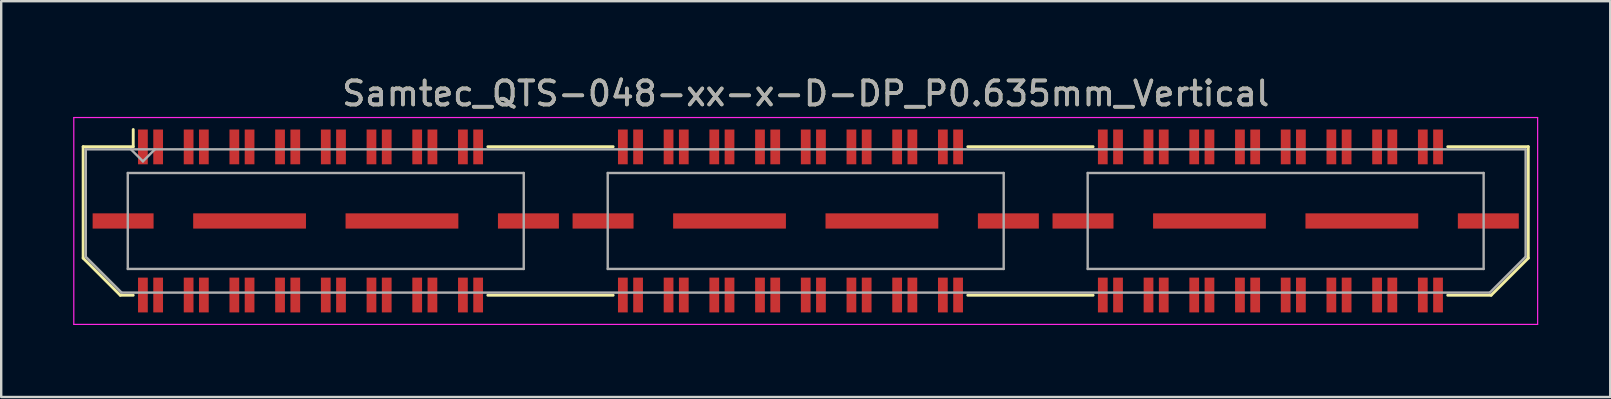
<source format=kicad_pcb>
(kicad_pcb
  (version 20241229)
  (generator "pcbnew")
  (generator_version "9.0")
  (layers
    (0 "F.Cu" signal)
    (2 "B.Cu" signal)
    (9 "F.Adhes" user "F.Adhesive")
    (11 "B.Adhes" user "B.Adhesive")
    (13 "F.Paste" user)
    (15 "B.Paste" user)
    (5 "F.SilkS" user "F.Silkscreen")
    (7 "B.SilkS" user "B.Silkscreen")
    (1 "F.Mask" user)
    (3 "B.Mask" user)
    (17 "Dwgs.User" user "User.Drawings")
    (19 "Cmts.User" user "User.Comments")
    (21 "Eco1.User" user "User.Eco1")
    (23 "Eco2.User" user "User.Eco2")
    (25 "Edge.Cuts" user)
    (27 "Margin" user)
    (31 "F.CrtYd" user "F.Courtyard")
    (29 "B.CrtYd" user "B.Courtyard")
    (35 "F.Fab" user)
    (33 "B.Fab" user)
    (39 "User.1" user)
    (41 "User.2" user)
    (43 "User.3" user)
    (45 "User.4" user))
  (footprint "Samtec_QTS-048-xx-x-D-DP_P0.635mm_Vertical"
    (layer "F.Cu")
    (at 30.525 6.158)
    (property "Reference" "Samtec_QTS-048-xx-x-D-DP_P0.635mm_Vertical" (at 0 -5.31 0) (layer "F.SilkS") (effects (font (size 1 1) (thickness 0.15))))
    (attr smd)
    (fp_line (start -30.11 -3.095) (end -30.11 1.548) (stroke (width 0.12) (type solid)) (layer "F.SilkS"))
    (fp_line (start -30.11 1.548) (end -28.562 3.095) (stroke (width 0.12) (type solid)) (layer "F.SilkS"))
    (fp_line (start -28.562 3.095) (end -28.023 3.095) (stroke (width 0.12) (type solid)) (layer "F.SilkS"))
    (fp_line (start -28.023 -3.811) (end -28.023 -3.095) (stroke (width 0.12) (type solid)) (layer "F.SilkS"))
    (fp_line (start -28.023 -3.095) (end -30.11 -3.095) (stroke (width 0.12) (type solid)) (layer "F.SilkS"))
    (fp_line (start -13.247 -3.095) (end -8.023 -3.095) (stroke (width 0.12) (type solid)) (layer "F.SilkS"))
    (fp_line (start -13.247 3.095) (end -8.023 3.095) (stroke (width 0.12) (type solid)) (layer "F.SilkS"))
    (fp_line (start 6.753 -3.095) (end 11.977 -3.095) (stroke (width 0.12) (type solid)) (layer "F.SilkS"))
    (fp_line (start 6.753 3.095) (end 11.977 3.095) (stroke (width 0.12) (type solid)) (layer "F.SilkS"))
    (fp_line (start 26.753 -3.095) (end 30.11 -3.095) (stroke (width 0.12) (type solid)) (layer "F.SilkS"))
    (fp_line (start 28.562 3.095) (end 26.753 3.095) (stroke (width 0.12) (type solid)) (layer "F.SilkS"))
    (fp_line (start 30.11 -3.095) (end 30.11 1.548) (stroke (width 0.12) (type solid)) (layer "F.SilkS"))
    (fp_line (start 30.11 1.548) (end 28.562 3.095) (stroke (width 0.12) (type solid)) (layer "F.SilkS"))
    (fp_line (start -30.5 -4.31) (end -30.5 4.31) (stroke (width 0.05) (type solid)) (layer "F.CrtYd"))
    (fp_line (start -30.5 4.31) (end 30.5 4.31) (stroke (width 0.05) (type solid)) (layer "F.CrtYd"))
    (fp_line (start 30.5 -4.31) (end -30.5 -4.31) (stroke (width 0.05) (type solid)) (layer "F.CrtYd"))
    (fp_line (start 30.5 4.31) (end 30.5 -4.31) (stroke (width 0.05) (type solid)) (layer "F.CrtYd"))
    (fp_line (start -30 -2.985) (end -30 1.492) (stroke (width 0.1) (type solid)) (layer "F.Fab"))
    (fp_line (start -30 -2.985) (end 30 -2.985) (stroke (width 0.1) (type solid)) (layer "F.Fab"))
    (fp_line (start -30 1.492) (end -28.508 2.985) (stroke (width 0.1) (type solid)) (layer "F.Fab"))
    (fp_line (start -28.508 2.985) (end 28.508 2.985) (stroke (width 0.1) (type solid)) (layer "F.Fab"))
    (fp_line (start -28.25 -2) (end -28.25 2) (stroke (width 0.1) (type solid)) (layer "F.Fab"))
    (fp_line (start -28.25 2) (end -11.75 2) (stroke (width 0.1) (type solid)) (layer "F.Fab"))
    (fp_line (start -27.62 -2.485) (end -28.12 -2.985) (stroke (width 0.1) (type solid)) (layer "F.Fab"))
    (fp_line (start -27.12 -2.985) (end -27.62 -2.485) (stroke (width 0.1) (type solid)) (layer "F.Fab"))
    (fp_line (start -11.75 -2) (end -28.25 -2) (stroke (width 0.1) (type solid)) (layer "F.Fab"))
    (fp_line (start -11.75 2) (end -11.75 -2) (stroke (width 0.1) (type solid)) (layer "F.Fab"))
    (fp_line (start -8.25 -2) (end -8.25 2) (stroke (width 0.1) (type solid)) (layer "F.Fab"))
    (fp_line (start -8.25 2) (end 8.25 2) (stroke (width 0.1) (type solid)) (layer "F.Fab"))
    (fp_line (start 8.25 -2) (end -8.25 -2) (stroke (width 0.1) (type solid)) (layer "F.Fab"))
    (fp_line (start 8.25 2) (end 8.25 -2) (stroke (width 0.1) (type solid)) (layer "F.Fab"))
    (fp_line (start 11.75 -2) (end 11.75 2) (stroke (width 0.1) (type solid)) (layer "F.Fab"))
    (fp_line (start 11.75 2) (end 28.25 2) (stroke (width 0.1) (type solid)) (layer "F.Fab"))
    (fp_line (start 28.25 -2) (end 11.75 -2) (stroke (width 0.1) (type solid)) (layer "F.Fab"))
    (fp_line (start 28.25 2) (end 28.25 -2) (stroke (width 0.1) (type solid)) (layer "F.Fab"))
    (fp_line (start 30 -2.985) (end 30 1.492) (stroke (width 0.1) (type solid)) (layer "F.Fab"))
    (fp_line (start 30 1.492) (end 28.508 2.985) (stroke (width 0.1) (type solid)) (layer "F.Fab"))
    (fp_text user "${REFERENCE}" (at 0 -5.31 0) (layer "F.Fab") (effects (font (size 1 1) (thickness 0.15))))
    (pad "1" smd rect (at -27.62 -3.086) (size 0.406 1.45) (layers "F.Cu" "F.Mask" "F.Paste"))
    (pad "2" smd rect (at -27.62 3.086) (size 0.406 1.45) (layers "F.Cu" "F.Mask" "F.Paste"))
    (pad "3" smd rect (at -26.985 -3.086) (size 0.406 1.45) (layers "F.Cu" "F.Mask" "F.Paste"))
    (pad "4" smd rect (at -26.985 3.086) (size 0.406 1.45) (layers "F.Cu" "F.Mask" "F.Paste"))
    (pad "5" smd rect (at -25.715 -3.086) (size 0.406 1.45) (layers "F.Cu" "F.Mask" "F.Paste"))
    (pad "6" smd rect (at -25.715 3.086) (size 0.406 1.45) (layers "F.Cu" "F.Mask" "F.Paste"))
    (pad "7" smd rect (at -25.08 -3.086) (size 0.406 1.45) (layers "F.Cu" "F.Mask" "F.Paste"))
    (pad "8" smd rect (at -25.08 3.086) (size 0.406 1.45) (layers "F.Cu" "F.Mask" "F.Paste"))
    (pad "9" smd rect (at -23.81 -3.086) (size 0.406 1.45) (layers "F.Cu" "F.Mask" "F.Paste"))
    (pad "10" smd rect (at -23.81 3.086) (size 0.406 1.45) (layers "F.Cu" "F.Mask" "F.Paste"))
    (pad "11" smd rect (at -23.175 -3.086) (size 0.406 1.45) (layers "F.Cu" "F.Mask" "F.Paste"))
    (pad "12" smd rect (at -23.175 3.086) (size 0.406 1.45) (layers "F.Cu" "F.Mask" "F.Paste"))
    (pad "13" smd rect (at -21.905 -3.086) (size 0.406 1.45) (layers "F.Cu" "F.Mask" "F.Paste"))
    (pad "14" smd rect (at -21.905 3.086) (size 0.406 1.45) (layers "F.Cu" "F.Mask" "F.Paste"))
    (pad "15" smd rect (at -21.27 -3.086) (size 0.406 1.45) (layers "F.Cu" "F.Mask" "F.Paste"))
    (pad "16" smd rect (at -21.27 3.086) (size 0.406 1.45) (layers "F.Cu" "F.Mask" "F.Paste"))
    (pad "17" smd rect (at -20 -3.086) (size 0.406 1.45) (layers "F.Cu" "F.Mask" "F.Paste"))
    (pad "18" smd rect (at -20 3.086) (size 0.406 1.45) (layers "F.Cu" "F.Mask" "F.Paste"))
    (pad "19" smd rect (at -19.365 -3.086) (size 0.406 1.45) (layers "F.Cu" "F.Mask" "F.Paste"))
    (pad "20" smd rect (at -19.365 3.086) (size 0.406 1.45) (layers "F.Cu" "F.Mask" "F.Paste"))
    (pad "21" smd rect (at -18.095 -3.086) (size 0.406 1.45) (layers "F.Cu" "F.Mask" "F.Paste"))
    (pad "22" smd rect (at -18.095 3.086) (size 0.406 1.45) (layers "F.Cu" "F.Mask" "F.Paste"))
    (pad "23" smd rect (at -17.46 -3.086) (size 0.406 1.45) (layers "F.Cu" "F.Mask" "F.Paste"))
    (pad "24" smd rect (at -17.46 3.086) (size 0.406 1.45) (layers "F.Cu" "F.Mask" "F.Paste"))
    (pad "25" smd rect (at -16.19 -3.086) (size 0.406 1.45) (layers "F.Cu" "F.Mask" "F.Paste"))
    (pad "26" smd rect (at -16.19 3.086) (size 0.406 1.45) (layers "F.Cu" "F.Mask" "F.Paste"))
    (pad "27" smd rect (at -15.555 -3.086) (size 0.406 1.45) (layers "F.Cu" "F.Mask" "F.Paste"))
    (pad "28" smd rect (at -15.555 3.086) (size 0.406 1.45) (layers "F.Cu" "F.Mask" "F.Paste"))
    (pad "29" smd rect (at -14.285 -3.086) (size 0.406 1.45) (layers "F.Cu" "F.Mask" "F.Paste"))
    (pad "30" smd rect (at -14.285 3.086) (size 0.406 1.45) (layers "F.Cu" "F.Mask" "F.Paste"))
    (pad "31" smd rect (at -13.65 -3.086) (size 0.406 1.45) (layers "F.Cu" "F.Mask" "F.Paste"))
    (pad "32" smd rect (at -13.65 3.086) (size 0.406 1.45) (layers "F.Cu" "F.Mask" "F.Paste"))
    (pad "33" smd rect (at -7.62 -3.086) (size 0.406 1.45) (layers "F.Cu" "F.Mask" "F.Paste"))
    (pad "34" smd rect (at -7.62 3.086) (size 0.406 1.45) (layers "F.Cu" "F.Mask" "F.Paste"))
    (pad "35" smd rect (at -6.985 -3.086) (size 0.406 1.45) (layers "F.Cu" "F.Mask" "F.Paste"))
    (pad "36" smd rect (at -6.985 3.086) (size 0.406 1.45) (layers "F.Cu" "F.Mask" "F.Paste"))
    (pad "37" smd rect (at -5.715 -3.086) (size 0.406 1.45) (layers "F.Cu" "F.Mask" "F.Paste"))
    (pad "38" smd rect (at -5.715 3.086) (size 0.406 1.45) (layers "F.Cu" "F.Mask" "F.Paste"))
    (pad "39" smd rect (at -5.08 -3.086) (size 0.406 1.45) (layers "F.Cu" "F.Mask" "F.Paste"))
    (pad "40" smd rect (at -5.08 3.086) (size 0.406 1.45) (layers "F.Cu" "F.Mask" "F.Paste"))
    (pad "41" smd rect (at -3.81 -3.086) (size 0.406 1.45) (layers "F.Cu" "F.Mask" "F.Paste"))
    (pad "42" smd rect (at -3.81 3.086) (size 0.406 1.45) (layers "F.Cu" "F.Mask" "F.Paste"))
    (pad "43" smd rect (at -3.175 -3.086) (size 0.406 1.45) (layers "F.Cu" "F.Mask" "F.Paste"))
    (pad "44" smd rect (at -3.175 3.086) (size 0.406 1.45) (layers "F.Cu" "F.Mask" "F.Paste"))
    (pad "45" smd rect (at -1.905 -3.086) (size 0.406 1.45) (layers "F.Cu" "F.Mask" "F.Paste"))
    (pad "46" smd rect (at -1.905 3.086) (size 0.406 1.45) (layers "F.Cu" "F.Mask" "F.Paste"))
    (pad "47" smd rect (at -1.27 -3.086) (size 0.406 1.45) (layers "F.Cu" "F.Mask" "F.Paste"))
    (pad "48" smd rect (at -1.27 3.086) (size 0.406 1.45) (layers "F.Cu" "F.Mask" "F.Paste"))
    (pad "49" smd rect (at 0 -3.086) (size 0.406 1.45) (layers "F.Cu" "F.Mask" "F.Paste"))
    (pad "50" smd rect (at 0 3.086) (size 0.406 1.45) (layers "F.Cu" "F.Mask" "F.Paste"))
    (pad "51" smd rect (at 0.635 -3.086) (size 0.406 1.45) (layers "F.Cu" "F.Mask" "F.Paste"))
    (pad "52" smd rect (at 0.635 3.086) (size 0.406 1.45) (layers "F.Cu" "F.Mask" "F.Paste"))
    (pad "53" smd rect (at 1.905 -3.086) (size 0.406 1.45) (layers "F.Cu" "F.Mask" "F.Paste"))
    (pad "54" smd rect (at 1.905 3.086) (size 0.406 1.45) (layers "F.Cu" "F.Mask" "F.Paste"))
    (pad "55" smd rect (at 2.54 -3.086) (size 0.406 1.45) (layers "F.Cu" "F.Mask" "F.Paste"))
    (pad "56" smd rect (at 2.54 3.086) (size 0.406 1.45) (layers "F.Cu" "F.Mask" "F.Paste"))
    (pad "57" smd rect (at 3.81 -3.086) (size 0.406 1.45) (layers "F.Cu" "F.Mask" "F.Paste"))
    (pad "58" smd rect (at 3.81 3.086) (size 0.406 1.45) (layers "F.Cu" "F.Mask" "F.Paste"))
    (pad "59" smd rect (at 4.445 -3.086) (size 0.406 1.45) (layers "F.Cu" "F.Mask" "F.Paste"))
    (pad "60" smd rect (at 4.445 3.086) (size 0.406 1.45) (layers "F.Cu" "F.Mask" "F.Paste"))
    (pad "61" smd rect (at 5.715 -3.086) (size 0.406 1.45) (layers "F.Cu" "F.Mask" "F.Paste"))
    (pad "62" smd rect (at 5.715 3.086) (size 0.406 1.45) (layers "F.Cu" "F.Mask" "F.Paste"))
    (pad "63" smd rect (at 6.35 -3.086) (size 0.406 1.45) (layers "F.Cu" "F.Mask" "F.Paste"))
    (pad "64" smd rect (at 6.35 3.086) (size 0.406 1.45) (layers "F.Cu" "F.Mask" "F.Paste"))
    (pad "65" smd rect (at 12.38 -3.086) (size 0.406 1.45) (layers "F.Cu" "F.Mask" "F.Paste"))
    (pad "66" smd rect (at 12.38 3.086) (size 0.406 1.45) (layers "F.Cu" "F.Mask" "F.Paste"))
    (pad "67" smd rect (at 13.015 -3.086) (size 0.406 1.45) (layers "F.Cu" "F.Mask" "F.Paste"))
    (pad "68" smd rect (at 13.015 3.086) (size 0.406 1.45) (layers "F.Cu" "F.Mask" "F.Paste"))
    (pad "69" smd rect (at 14.285 -3.086) (size 0.406 1.45) (layers "F.Cu" "F.Mask" "F.Paste"))
    (pad "70" smd rect (at 14.285 3.086) (size 0.406 1.45) (layers "F.Cu" "F.Mask" "F.Paste"))
    (pad "71" smd rect (at 14.92 -3.086) (size 0.406 1.45) (layers "F.Cu" "F.Mask" "F.Paste"))
    (pad "72" smd rect (at 14.92 3.086) (size 0.406 1.45) (layers "F.Cu" "F.Mask" "F.Paste"))
    (pad "73" smd rect (at 16.19 -3.086) (size 0.406 1.45) (layers "F.Cu" "F.Mask" "F.Paste"))
    (pad "74" smd rect (at 16.19 3.086) (size 0.406 1.45) (layers "F.Cu" "F.Mask" "F.Paste"))
    (pad "75" smd rect (at 16.825 -3.086) (size 0.406 1.45) (layers "F.Cu" "F.Mask" "F.Paste"))
    (pad "76" smd rect (at 16.825 3.086) (size 0.406 1.45) (layers "F.Cu" "F.Mask" "F.Paste"))
    (pad "77" smd rect (at 18.095 -3.086) (size 0.406 1.45) (layers "F.Cu" "F.Mask" "F.Paste"))
    (pad "78" smd rect (at 18.095 3.086) (size 0.406 1.45) (layers "F.Cu" "F.Mask" "F.Paste"))
    (pad "79" smd rect (at 18.73 -3.086) (size 0.406 1.45) (layers "F.Cu" "F.Mask" "F.Paste"))
    (pad "80" smd rect (at 18.73 3.086) (size 0.406 1.45) (layers "F.Cu" "F.Mask" "F.Paste"))
    (pad "81" smd rect (at 20 -3.086) (size 0.406 1.45) (layers "F.Cu" "F.Mask" "F.Paste"))
    (pad "82" smd rect (at 20 3.086) (size 0.406 1.45) (layers "F.Cu" "F.Mask" "F.Paste"))
    (pad "83" smd rect (at 20.635 -3.086) (size 0.406 1.45) (layers "F.Cu" "F.Mask" "F.Paste"))
    (pad "84" smd rect (at 20.635 3.086) (size 0.406 1.45) (layers "F.Cu" "F.Mask" "F.Paste"))
    (pad "85" smd rect (at 21.905 -3.086) (size 0.406 1.45) (layers "F.Cu" "F.Mask" "F.Paste"))
    (pad "86" smd rect (at 21.905 3.086) (size 0.406 1.45) (layers "F.Cu" "F.Mask" "F.Paste"))
    (pad "87" smd rect (at 22.54 -3.086) (size 0.406 1.45) (layers "F.Cu" "F.Mask" "F.Paste"))
    (pad "88" smd rect (at 22.54 3.086) (size 0.406 1.45) (layers "F.Cu" "F.Mask" "F.Paste"))
    (pad "89" smd rect (at 23.81 -3.086) (size 0.406 1.45) (layers "F.Cu" "F.Mask" "F.Paste"))
    (pad "90" smd rect (at 23.81 3.086) (size 0.406 1.45) (layers "F.Cu" "F.Mask" "F.Paste"))
    (pad "91" smd rect (at 24.445 -3.086) (size 0.406 1.45) (layers "F.Cu" "F.Mask" "F.Paste"))
    (pad "92" smd rect (at 24.445 3.086) (size 0.406 1.45) (layers "F.Cu" "F.Mask" "F.Paste"))
    (pad "93" smd rect (at 25.715 -3.086) (size 0.406 1.45) (layers "F.Cu" "F.Mask" "F.Paste"))
    (pad "94" smd rect (at 25.715 3.086) (size 0.406 1.45) (layers "F.Cu" "F.Mask" "F.Paste"))
    (pad "95" smd rect (at 26.35 -3.086) (size 0.406 1.45) (layers "F.Cu" "F.Mask" "F.Paste"))
    (pad "96" smd rect (at 26.35 3.086) (size 0.406 1.45) (layers "F.Cu" "F.Mask" "F.Paste"))
    (pad "P1" smd rect (at -28.445 0) (size 2.54 0.635) (layers "F.Cu" "F.Mask" "F.Paste"))
    (pad "P1" smd rect (at -23.175 0) (size 4.7 0.635) (layers "F.Cu" "F.Mask" "F.Paste"))
    (pad "P1" smd rect (at -16.825 0) (size 4.7 0.635) (layers "F.Cu" "F.Mask" "F.Paste"))
    (pad "P1" smd rect (at -11.555 0) (size 2.54 0.635) (layers "F.Cu" "F.Mask" "F.Paste"))
    (pad "P2" smd rect (at -8.445 0) (size 2.54 0.635) (layers "F.Cu" "F.Mask" "F.Paste"))
    (pad "P2" smd rect (at -3.175 0) (size 4.7 0.635) (layers "F.Cu" "F.Mask" "F.Paste"))
    (pad "P2" smd rect (at 3.175 0) (size 4.7 0.635) (layers "F.Cu" "F.Mask" "F.Paste"))
    (pad "P2" smd rect (at 8.445 0) (size 2.54 0.635) (layers "F.Cu" "F.Mask" "F.Paste"))
    (pad "P3" smd rect (at 11.555 0) (size 2.54 0.635) (layers "F.Cu" "F.Mask" "F.Paste"))
    (pad "P3" smd rect (at 16.825 0) (size 4.7 0.635) (layers "F.Cu" "F.Mask" "F.Paste"))
    (pad "P3" smd rect (at 23.175 0) (size 4.7 0.635) (layers "F.Cu" "F.Mask" "F.Paste"))
    (pad "P3" smd rect (at 28.445 0) (size 2.54 0.635) (layers "F.Cu" "F.Mask" "F.Paste")))
  (gr_rect
    (start -3 -3)
    (end 64.05 13.493)
    (stroke (width 0.1) (type default))
    (fill no)
    (layer "Edge.Cuts")))
</source>
